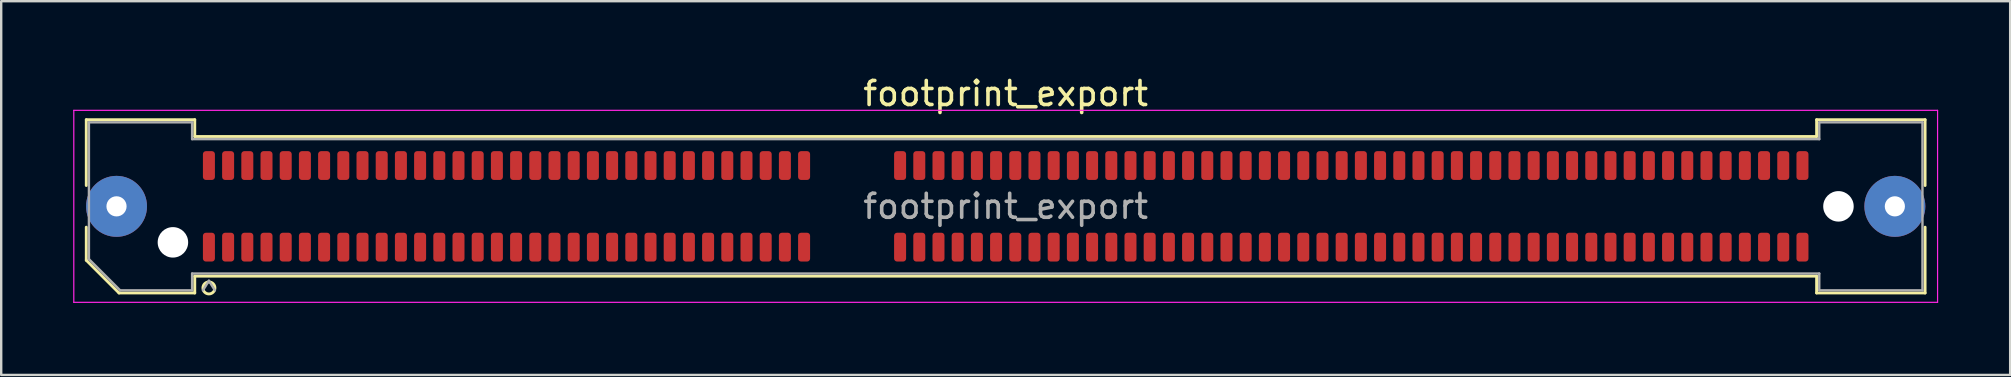
<source format=kicad_pcb>
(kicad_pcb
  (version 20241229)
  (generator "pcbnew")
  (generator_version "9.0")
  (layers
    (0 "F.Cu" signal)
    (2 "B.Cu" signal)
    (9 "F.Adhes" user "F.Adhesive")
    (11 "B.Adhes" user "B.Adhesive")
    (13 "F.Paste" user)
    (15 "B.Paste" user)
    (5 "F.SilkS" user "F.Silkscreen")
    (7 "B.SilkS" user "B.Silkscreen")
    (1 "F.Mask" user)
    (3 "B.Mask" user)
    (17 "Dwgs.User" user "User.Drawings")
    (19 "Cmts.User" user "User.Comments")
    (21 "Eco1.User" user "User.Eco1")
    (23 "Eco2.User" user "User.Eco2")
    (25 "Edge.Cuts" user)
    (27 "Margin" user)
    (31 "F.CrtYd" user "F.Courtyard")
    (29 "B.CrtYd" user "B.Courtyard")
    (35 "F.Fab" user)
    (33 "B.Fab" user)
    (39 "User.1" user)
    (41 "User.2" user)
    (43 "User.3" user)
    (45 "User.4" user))
  (footprint "footprint_export"
    (layer "F.Cu")
    (at 38.855 5.548)
    (property "Reference" "footprint_export" (at 0 -4.7 0) (layer "F.SilkS") (effects (font (size 1 1) (thickness 0.15))))
    (attr smd)
    (fp_line (start -38.31 -3.61) (end -33.79 -3.61) (stroke (width 0.12) (type solid)) (layer "F.SilkS"))
    (fp_line (start -38.31 -0.868) (end -38.31 -3.61) (stroke (width 0.12) (type solid)) (layer "F.SilkS"))
    (fp_line (start -38.31 2.246) (end -38.31 0.868) (stroke (width 0.12) (type solid)) (layer "F.SilkS"))
    (fp_line (start -36.946 3.61) (end -38.31 2.246) (stroke (width 0.12) (type solid)) (layer "F.SilkS"))
    (fp_line (start -33.79 -3.61) (end -33.79 -2.91) (stroke (width 0.12) (type solid)) (layer "F.SilkS"))
    (fp_line (start -33.79 -2.91) (end 33.79 -2.91) (stroke (width 0.12) (type solid)) (layer "F.SilkS"))
    (fp_line (start -33.79 2.91) (end -33.79 3.61) (stroke (width 0.12) (type solid)) (layer "F.SilkS"))
    (fp_line (start -33.79 3.61) (end -36.946 3.61) (stroke (width 0.12) (type solid)) (layer "F.SilkS"))
    (fp_line (start 33.79 -3.61) (end 38.31 -3.61) (stroke (width 0.12) (type solid)) (layer "F.SilkS"))
    (fp_line (start 33.79 -2.91) (end 33.79 -3.61) (stroke (width 0.12) (type solid)) (layer "F.SilkS"))
    (fp_line (start 33.79 2.91) (end -33.79 2.91) (stroke (width 0.12) (type solid)) (layer "F.SilkS"))
    (fp_line (start 33.79 3.61) (end 33.79 2.91) (stroke (width 0.12) (type solid)) (layer "F.SilkS"))
    (fp_line (start 38.31 -3.61) (end 38.31 -0.868) (stroke (width 0.12) (type solid)) (layer "F.SilkS"))
    (fp_line (start 38.31 0.868) (end 38.31 3.61) (stroke (width 0.12) (type solid)) (layer "F.SilkS"))
    (fp_line (start 38.31 3.61) (end 33.79 3.61) (stroke (width 0.12) (type solid)) (layer "F.SilkS"))
    (fp_arc (start -32.95 3.4) (mid -33.45 3.4) (end -32.95 3.4) (stroke (width 0.12) (type solid)) (layer "F.SilkS"))
    (fp_line (start -38.83 -4) (end -38.83 4) (stroke (width 0.05) (type solid)) (layer "F.CrtYd"))
    (fp_line (start -38.83 4) (end 38.83 4) (stroke (width 0.05) (type solid)) (layer "F.CrtYd"))
    (fp_line (start 38.83 -4) (end -38.83 -4) (stroke (width 0.05) (type solid)) (layer "F.CrtYd"))
    (fp_line (start 38.83 4) (end 38.83 -4) (stroke (width 0.05) (type solid)) (layer "F.CrtYd"))
    (fp_line (start -38.2 -3.5) (end -33.9 -3.5) (stroke (width 0.1) (type solid)) (layer "F.Fab"))
    (fp_line (start -38.2 2.2) (end -38.2 -3.5) (stroke (width 0.1) (type solid)) (layer "F.Fab"))
    (fp_line (start -36.9 3.5) (end -38.2 2.2) (stroke (width 0.1) (type solid)) (layer "F.Fab"))
    (fp_line (start -33.9 -3.5) (end -33.9 -2.8) (stroke (width 0.1) (type solid)) (layer "F.Fab"))
    (fp_line (start -33.9 -2.8) (end 33.9 -2.8) (stroke (width 0.1) (type solid)) (layer "F.Fab"))
    (fp_line (start -33.9 2.8) (end -33.9 3.5) (stroke (width 0.1) (type solid)) (layer "F.Fab"))
    (fp_line (start -33.9 3.5) (end -36.9 3.5) (stroke (width 0.1) (type solid)) (layer "F.Fab"))
    (fp_line (start -33.2 3.1) (end -33.45 3.5) (stroke (width 0.1) (type solid)) (layer "F.Fab"))
    (fp_line (start -33.2 3.1) (end -32.95 3.5) (stroke (width 0.1) (type solid)) (layer "F.Fab"))
    (fp_line (start 33.9 -3.5) (end 38.2 -3.5) (stroke (width 0.1) (type solid)) (layer "F.Fab"))
    (fp_line (start 33.9 -2.8) (end 33.9 -3.5) (stroke (width 0.1) (type solid)) (layer "F.Fab"))
    (fp_line (start 33.9 2.8) (end -33.9 2.8) (stroke (width 0.1) (type solid)) (layer "F.Fab"))
    (fp_line (start 33.9 3.5) (end 33.9 2.8) (stroke (width 0.1) (type solid)) (layer "F.Fab"))
    (fp_line (start 38.2 -3.5) (end 38.2 3.5) (stroke (width 0.1) (type solid)) (layer "F.Fab"))
    (fp_line (start 38.2 3.5) (end 33.9 3.5) (stroke (width 0.1) (type solid)) (layer "F.Fab"))
    (fp_text user "${REFERENCE}" (at 0 0 0) (layer "F.Fab") (effects (font (size 1 1) (thickness 0.15))))
    (pad "" thru_hole circle (at -37.05 0) (size 2.54 2.54) (drill 0.84) (layers "*.Cu" "*.Mask" "F.Paste"))
    (pad "" np_thru_hole circle (at -34.7 1.5) (size 1.27 1.27) (drill 1.27) (layers "*.Cu" "*.Mask"))
    (pad "" np_thru_hole circle (at 34.7 0) (size 1.27 1.27) (drill 1.27) (layers "*.Cu" "*.Mask"))
    (pad "" thru_hole circle (at 37.05 0) (size 2.54 2.54) (drill 0.84) (layers "*.Cu" "*.Mask" "F.Paste"))
    (pad "1" smd roundrect (at -33.2 1.7) (size 0.5 1.2) (layers "F.Cu" "F.Mask" "F.Paste") (roundrect_rratio 0.25))
    (pad "2" smd roundrect (at -33.2 -1.7) (size 0.5 1.2) (layers "F.Cu" "F.Mask" "F.Paste") (roundrect_rratio 0.25))
    (pad "3" smd roundrect (at -32.4 1.7) (size 0.5 1.2) (layers "F.Cu" "F.Mask" "F.Paste") (roundrect_rratio 0.25))
    (pad "4" smd roundrect (at -32.4 -1.7) (size 0.5 1.2) (layers "F.Cu" "F.Mask" "F.Paste") (roundrect_rratio 0.25))
    (pad "5" smd roundrect (at -31.6 1.7) (size 0.5 1.2) (layers "F.Cu" "F.Mask" "F.Paste") (roundrect_rratio 0.25))
    (pad "6" smd roundrect (at -31.6 -1.7) (size 0.5 1.2) (layers "F.Cu" "F.Mask" "F.Paste") (roundrect_rratio 0.25))
    (pad "7" smd roundrect (at -30.8 1.7) (size 0.5 1.2) (layers "F.Cu" "F.Mask" "F.Paste") (roundrect_rratio 0.25))
    (pad "8" smd roundrect (at -30.8 -1.7) (size 0.5 1.2) (layers "F.Cu" "F.Mask" "F.Paste") (roundrect_rratio 0.25))
    (pad "9" smd roundrect (at -30 1.7) (size 0.5 1.2) (layers "F.Cu" "F.Mask" "F.Paste") (roundrect_rratio 0.25))
    (pad "10" smd roundrect (at -30 -1.7) (size 0.5 1.2) (layers "F.Cu" "F.Mask" "F.Paste") (roundrect_rratio 0.25))
    (pad "11" smd roundrect (at -29.2 1.7) (size 0.5 1.2) (layers "F.Cu" "F.Mask" "F.Paste") (roundrect_rratio 0.25))
    (pad "12" smd roundrect (at -29.2 -1.7) (size 0.5 1.2) (layers "F.Cu" "F.Mask" "F.Paste") (roundrect_rratio 0.25))
    (pad "13" smd roundrect (at -28.4 1.7) (size 0.5 1.2) (layers "F.Cu" "F.Mask" "F.Paste") (roundrect_rratio 0.25))
    (pad "14" smd roundrect (at -28.4 -1.7) (size 0.5 1.2) (layers "F.Cu" "F.Mask" "F.Paste") (roundrect_rratio 0.25))
    (pad "15" smd roundrect (at -27.6 1.7) (size 0.5 1.2) (layers "F.Cu" "F.Mask" "F.Paste") (roundrect_rratio 0.25))
    (pad "16" smd roundrect (at -27.6 -1.7) (size 0.5 1.2) (layers "F.Cu" "F.Mask" "F.Paste") (roundrect_rratio 0.25))
    (pad "17" smd roundrect (at -26.8 1.7) (size 0.5 1.2) (layers "F.Cu" "F.Mask" "F.Paste") (roundrect_rratio 0.25))
    (pad "18" smd roundrect (at -26.8 -1.7) (size 0.5 1.2) (layers "F.Cu" "F.Mask" "F.Paste") (roundrect_rratio 0.25))
    (pad "19" smd roundrect (at -26 1.7) (size 0.5 1.2) (layers "F.Cu" "F.Mask" "F.Paste") (roundrect_rratio 0.25))
    (pad "20" smd roundrect (at -26 -1.7) (size 0.5 1.2) (layers "F.Cu" "F.Mask" "F.Paste") (roundrect_rratio 0.25))
    (pad "21" smd roundrect (at -25.2 1.7) (size 0.5 1.2) (layers "F.Cu" "F.Mask" "F.Paste") (roundrect_rratio 0.25))
    (pad "22" smd roundrect (at -25.2 -1.7) (size 0.5 1.2) (layers "F.Cu" "F.Mask" "F.Paste") (roundrect_rratio 0.25))
    (pad "23" smd roundrect (at -24.4 1.7) (size 0.5 1.2) (layers "F.Cu" "F.Mask" "F.Paste") (roundrect_rratio 0.25))
    (pad "24" smd roundrect (at -24.4 -1.7) (size 0.5 1.2) (layers "F.Cu" "F.Mask" "F.Paste") (roundrect_rratio 0.25))
    (pad "25" smd roundrect (at -23.6 1.7) (size 0.5 1.2) (layers "F.Cu" "F.Mask" "F.Paste") (roundrect_rratio 0.25))
    (pad "26" smd roundrect (at -23.6 -1.7) (size 0.5 1.2) (layers "F.Cu" "F.Mask" "F.Paste") (roundrect_rratio 0.25))
    (pad "27" smd roundrect (at -22.8 1.7) (size 0.5 1.2) (layers "F.Cu" "F.Mask" "F.Paste") (roundrect_rratio 0.25))
    (pad "28" smd roundrect (at -22.8 -1.7) (size 0.5 1.2) (layers "F.Cu" "F.Mask" "F.Paste") (roundrect_rratio 0.25))
    (pad "29" smd roundrect (at -22 1.7) (size 0.5 1.2) (layers "F.Cu" "F.Mask" "F.Paste") (roundrect_rratio 0.25))
    (pad "30" smd roundrect (at -22 -1.7) (size 0.5 1.2) (layers "F.Cu" "F.Mask" "F.Paste") (roundrect_rratio 0.25))
    (pad "31" smd roundrect (at -21.2 1.7) (size 0.5 1.2) (layers "F.Cu" "F.Mask" "F.Paste") (roundrect_rratio 0.25))
    (pad "32" smd roundrect (at -21.2 -1.7) (size 0.5 1.2) (layers "F.Cu" "F.Mask" "F.Paste") (roundrect_rratio 0.25))
    (pad "33" smd roundrect (at -20.4 1.7) (size 0.5 1.2) (layers "F.Cu" "F.Mask" "F.Paste") (roundrect_rratio 0.25))
    (pad "34" smd roundrect (at -20.4 -1.7) (size 0.5 1.2) (layers "F.Cu" "F.Mask" "F.Paste") (roundrect_rratio 0.25))
    (pad "35" smd roundrect (at -19.6 1.7) (size 0.5 1.2) (layers "F.Cu" "F.Mask" "F.Paste") (roundrect_rratio 0.25))
    (pad "36" smd roundrect (at -19.6 -1.7) (size 0.5 1.2) (layers "F.Cu" "F.Mask" "F.Paste") (roundrect_rratio 0.25))
    (pad "37" smd roundrect (at -18.8 1.7) (size 0.5 1.2) (layers "F.Cu" "F.Mask" "F.Paste") (roundrect_rratio 0.25))
    (pad "38" smd roundrect (at -18.8 -1.7) (size 0.5 1.2) (layers "F.Cu" "F.Mask" "F.Paste") (roundrect_rratio 0.25))
    (pad "39" smd roundrect (at -18 1.7) (size 0.5 1.2) (layers "F.Cu" "F.Mask" "F.Paste") (roundrect_rratio 0.25))
    (pad "40" smd roundrect (at -18 -1.7) (size 0.5 1.2) (layers "F.Cu" "F.Mask" "F.Paste") (roundrect_rratio 0.25))
    (pad "41" smd roundrect (at -17.2 1.7) (size 0.5 1.2) (layers "F.Cu" "F.Mask" "F.Paste") (roundrect_rratio 0.25))
    (pad "42" smd roundrect (at -17.2 -1.7) (size 0.5 1.2) (layers "F.Cu" "F.Mask" "F.Paste") (roundrect_rratio 0.25))
    (pad "43" smd roundrect (at -16.4 1.7) (size 0.5 1.2) (layers "F.Cu" "F.Mask" "F.Paste") (roundrect_rratio 0.25))
    (pad "44" smd roundrect (at -16.4 -1.7) (size 0.5 1.2) (layers "F.Cu" "F.Mask" "F.Paste") (roundrect_rratio 0.25))
    (pad "45" smd roundrect (at -15.6 1.7) (size 0.5 1.2) (layers "F.Cu" "F.Mask" "F.Paste") (roundrect_rratio 0.25))
    (pad "46" smd roundrect (at -15.6 -1.7) (size 0.5 1.2) (layers "F.Cu" "F.Mask" "F.Paste") (roundrect_rratio 0.25))
    (pad "47" smd roundrect (at -14.8 1.7) (size 0.5 1.2) (layers "F.Cu" "F.Mask" "F.Paste") (roundrect_rratio 0.25))
    (pad "48" smd roundrect (at -14.8 -1.7) (size 0.5 1.2) (layers "F.Cu" "F.Mask" "F.Paste") (roundrect_rratio 0.25))
    (pad "49" smd roundrect (at -14 1.7) (size 0.5 1.2) (layers "F.Cu" "F.Mask" "F.Paste") (roundrect_rratio 0.25))
    (pad "50" smd roundrect (at -14 -1.7) (size 0.5 1.2) (layers "F.Cu" "F.Mask" "F.Paste") (roundrect_rratio 0.25))
    (pad "51" smd roundrect (at -13.2 1.7) (size 0.5 1.2) (layers "F.Cu" "F.Mask" "F.Paste") (roundrect_rratio 0.25))
    (pad "52" smd roundrect (at -13.2 -1.7) (size 0.5 1.2) (layers "F.Cu" "F.Mask" "F.Paste") (roundrect_rratio 0.25))
    (pad "53" smd roundrect (at -12.4 1.7) (size 0.5 1.2) (layers "F.Cu" "F.Mask" "F.Paste") (roundrect_rratio 0.25))
    (pad "54" smd roundrect (at -12.4 -1.7) (size 0.5 1.2) (layers "F.Cu" "F.Mask" "F.Paste") (roundrect_rratio 0.25))
    (pad "55" smd roundrect (at -11.6 1.7) (size 0.5 1.2) (layers "F.Cu" "F.Mask" "F.Paste") (roundrect_rratio 0.25))
    (pad "56" smd roundrect (at -11.6 -1.7) (size 0.5 1.2) (layers "F.Cu" "F.Mask" "F.Paste") (roundrect_rratio 0.25))
    (pad "57" smd roundrect (at -10.8 1.7) (size 0.5 1.2) (layers "F.Cu" "F.Mask" "F.Paste") (roundrect_rratio 0.25))
    (pad "58" smd roundrect (at -10.8 -1.7) (size 0.5 1.2) (layers "F.Cu" "F.Mask" "F.Paste") (roundrect_rratio 0.25))
    (pad "59" smd roundrect (at -10 1.7) (size 0.5 1.2) (layers "F.Cu" "F.Mask" "F.Paste") (roundrect_rratio 0.25))
    (pad "60" smd roundrect (at -10 -1.7) (size 0.5 1.2) (layers "F.Cu" "F.Mask" "F.Paste") (roundrect_rratio 0.25))
    (pad "61" smd roundrect (at -9.2 1.7) (size 0.5 1.2) (layers "F.Cu" "F.Mask" "F.Paste") (roundrect_rratio 0.25))
    (pad "62" smd roundrect (at -9.2 -1.7) (size 0.5 1.2) (layers "F.Cu" "F.Mask" "F.Paste") (roundrect_rratio 0.25))
    (pad "63" smd roundrect (at -8.4 1.7) (size 0.5 1.2) (layers "F.Cu" "F.Mask" "F.Paste") (roundrect_rratio 0.25))
    (pad "64" smd roundrect (at -8.4 -1.7) (size 0.5 1.2) (layers "F.Cu" "F.Mask" "F.Paste") (roundrect_rratio 0.25))
    (pad "65" smd roundrect (at -4.4 1.7) (size 0.5 1.2) (layers "F.Cu" "F.Mask" "F.Paste") (roundrect_rratio 0.25))
    (pad "66" smd roundrect (at -4.4 -1.7) (size 0.5 1.2) (layers "F.Cu" "F.Mask" "F.Paste") (roundrect_rratio 0.25))
    (pad "67" smd roundrect (at -3.6 1.7) (size 0.5 1.2) (layers "F.Cu" "F.Mask" "F.Paste") (roundrect_rratio 0.25))
    (pad "68" smd roundrect (at -3.6 -1.7) (size 0.5 1.2) (layers "F.Cu" "F.Mask" "F.Paste") (roundrect_rratio 0.25))
    (pad "69" smd roundrect (at -2.8 1.7) (size 0.5 1.2) (layers "F.Cu" "F.Mask" "F.Paste") (roundrect_rratio 0.25))
    (pad "70" smd roundrect (at -2.8 -1.7) (size 0.5 1.2) (layers "F.Cu" "F.Mask" "F.Paste") (roundrect_rratio 0.25))
    (pad "71" smd roundrect (at -2 1.7) (size 0.5 1.2) (layers "F.Cu" "F.Mask" "F.Paste") (roundrect_rratio 0.25))
    (pad "72" smd roundrect (at -2 -1.7) (size 0.5 1.2) (layers "F.Cu" "F.Mask" "F.Paste") (roundrect_rratio 0.25))
    (pad "73" smd roundrect (at -1.2 1.7) (size 0.5 1.2) (layers "F.Cu" "F.Mask" "F.Paste") (roundrect_rratio 0.25))
    (pad "74" smd roundrect (at -1.2 -1.7) (size 0.5 1.2) (layers "F.Cu" "F.Mask" "F.Paste") (roundrect_rratio 0.25))
    (pad "75" smd roundrect (at -0.4 1.7) (size 0.5 1.2) (layers "F.Cu" "F.Mask" "F.Paste") (roundrect_rratio 0.25))
    (pad "76" smd roundrect (at -0.4 -1.7) (size 0.5 1.2) (layers "F.Cu" "F.Mask" "F.Paste") (roundrect_rratio 0.25))
    (pad "77" smd roundrect (at 0.4 1.7) (size 0.5 1.2) (layers "F.Cu" "F.Mask" "F.Paste") (roundrect_rratio 0.25))
    (pad "78" smd roundrect (at 0.4 -1.7) (size 0.5 1.2) (layers "F.Cu" "F.Mask" "F.Paste") (roundrect_rratio 0.25))
    (pad "79" smd roundrect (at 1.2 1.7) (size 0.5 1.2) (layers "F.Cu" "F.Mask" "F.Paste") (roundrect_rratio 0.25))
    (pad "80" smd roundrect (at 1.2 -1.7) (size 0.5 1.2) (layers "F.Cu" "F.Mask" "F.Paste") (roundrect_rratio 0.25))
    (pad "81" smd roundrect (at 2 1.7) (size 0.5 1.2) (layers "F.Cu" "F.Mask" "F.Paste") (roundrect_rratio 0.25))
    (pad "82" smd roundrect (at 2 -1.7) (size 0.5 1.2) (layers "F.Cu" "F.Mask" "F.Paste") (roundrect_rratio 0.25))
    (pad "83" smd roundrect (at 2.8 1.7) (size 0.5 1.2) (layers "F.Cu" "F.Mask" "F.Paste") (roundrect_rratio 0.25))
    (pad "84" smd roundrect (at 2.8 -1.7) (size 0.5 1.2) (layers "F.Cu" "F.Mask" "F.Paste") (roundrect_rratio 0.25))
    (pad "85" smd roundrect (at 3.6 1.7) (size 0.5 1.2) (layers "F.Cu" "F.Mask" "F.Paste") (roundrect_rratio 0.25))
    (pad "86" smd roundrect (at 3.6 -1.7) (size 0.5 1.2) (layers "F.Cu" "F.Mask" "F.Paste") (roundrect_rratio 0.25))
    (pad "87" smd roundrect (at 4.4 1.7) (size 0.5 1.2) (layers "F.Cu" "F.Mask" "F.Paste") (roundrect_rratio 0.25))
    (pad "88" smd roundrect (at 4.4 -1.7) (size 0.5 1.2) (layers "F.Cu" "F.Mask" "F.Paste") (roundrect_rratio 0.25))
    (pad "89" smd roundrect (at 5.2 1.7) (size 0.5 1.2) (layers "F.Cu" "F.Mask" "F.Paste") (roundrect_rratio 0.25))
    (pad "90" smd roundrect (at 5.2 -1.7) (size 0.5 1.2) (layers "F.Cu" "F.Mask" "F.Paste") (roundrect_rratio 0.25))
    (pad "91" smd roundrect (at 6 1.7) (size 0.5 1.2) (layers "F.Cu" "F.Mask" "F.Paste") (roundrect_rratio 0.25))
    (pad "92" smd roundrect (at 6 -1.7) (size 0.5 1.2) (layers "F.Cu" "F.Mask" "F.Paste") (roundrect_rratio 0.25))
    (pad "93" smd roundrect (at 6.8 1.7) (size 0.5 1.2) (layers "F.Cu" "F.Mask" "F.Paste") (roundrect_rratio 0.25))
    (pad "94" smd roundrect (at 6.8 -1.7) (size 0.5 1.2) (layers "F.Cu" "F.Mask" "F.Paste") (roundrect_rratio 0.25))
    (pad "95" smd roundrect (at 7.6 1.7) (size 0.5 1.2) (layers "F.Cu" "F.Mask" "F.Paste") (roundrect_rratio 0.25))
    (pad "96" smd roundrect (at 7.6 -1.7) (size 0.5 1.2) (layers "F.Cu" "F.Mask" "F.Paste") (roundrect_rratio 0.25))
    (pad "97" smd roundrect (at 8.4 1.7) (size 0.5 1.2) (layers "F.Cu" "F.Mask" "F.Paste") (roundrect_rratio 0.25))
    (pad "98" smd roundrect (at 8.4 -1.7) (size 0.5 1.2) (layers "F.Cu" "F.Mask" "F.Paste") (roundrect_rratio 0.25))
    (pad "99" smd roundrect (at 9.2 1.7) (size 0.5 1.2) (layers "F.Cu" "F.Mask" "F.Paste") (roundrect_rratio 0.25))
    (pad "100" smd roundrect (at 9.2 -1.7) (size 0.5 1.2) (layers "F.Cu" "F.Mask" "F.Paste") (roundrect_rratio 0.25))
    (pad "101" smd roundrect (at 10 1.7) (size 0.5 1.2) (layers "F.Cu" "F.Mask" "F.Paste") (roundrect_rratio 0.25))
    (pad "102" smd roundrect (at 10 -1.7) (size 0.5 1.2) (layers "F.Cu" "F.Mask" "F.Paste") (roundrect_rratio 0.25))
    (pad "103" smd roundrect (at 10.8 1.7) (size 0.5 1.2) (layers "F.Cu" "F.Mask" "F.Paste") (roundrect_rratio 0.25))
    (pad "104" smd roundrect (at 10.8 -1.7) (size 0.5 1.2) (layers "F.Cu" "F.Mask" "F.Paste") (roundrect_rratio 0.25))
    (pad "105" smd roundrect (at 11.6 1.7) (size 0.5 1.2) (layers "F.Cu" "F.Mask" "F.Paste") (roundrect_rratio 0.25))
    (pad "106" smd roundrect (at 11.6 -1.7) (size 0.5 1.2) (layers "F.Cu" "F.Mask" "F.Paste") (roundrect_rratio 0.25))
    (pad "107" smd roundrect (at 12.4 1.7) (size 0.5 1.2) (layers "F.Cu" "F.Mask" "F.Paste") (roundrect_rratio 0.25))
    (pad "108" smd roundrect (at 12.4 -1.7) (size 0.5 1.2) (layers "F.Cu" "F.Mask" "F.Paste") (roundrect_rratio 0.25))
    (pad "109" smd roundrect (at 13.2 1.7) (size 0.5 1.2) (layers "F.Cu" "F.Mask" "F.Paste") (roundrect_rratio 0.25))
    (pad "110" smd roundrect (at 13.2 -1.7) (size 0.5 1.2) (layers "F.Cu" "F.Mask" "F.Paste") (roundrect_rratio 0.25))
    (pad "111" smd roundrect (at 14 1.7) (size 0.5 1.2) (layers "F.Cu" "F.Mask" "F.Paste") (roundrect_rratio 0.25))
    (pad "112" smd roundrect (at 14 -1.7) (size 0.5 1.2) (layers "F.Cu" "F.Mask" "F.Paste") (roundrect_rratio 0.25))
    (pad "113" smd roundrect (at 14.8 1.7) (size 0.5 1.2) (layers "F.Cu" "F.Mask" "F.Paste") (roundrect_rratio 0.25))
    (pad "114" smd roundrect (at 14.8 -1.7) (size 0.5 1.2) (layers "F.Cu" "F.Mask" "F.Paste") (roundrect_rratio 0.25))
    (pad "115" smd roundrect (at 15.6 1.7) (size 0.5 1.2) (layers "F.Cu" "F.Mask" "F.Paste") (roundrect_rratio 0.25))
    (pad "116" smd roundrect (at 15.6 -1.7) (size 0.5 1.2) (layers "F.Cu" "F.Mask" "F.Paste") (roundrect_rratio 0.25))
    (pad "117" smd roundrect (at 16.4 1.7) (size 0.5 1.2) (layers "F.Cu" "F.Mask" "F.Paste") (roundrect_rratio 0.25))
    (pad "118" smd roundrect (at 16.4 -1.7) (size 0.5 1.2) (layers "F.Cu" "F.Mask" "F.Paste") (roundrect_rratio 0.25))
    (pad "119" smd roundrect (at 17.2 1.7) (size 0.5 1.2) (layers "F.Cu" "F.Mask" "F.Paste") (roundrect_rratio 0.25))
    (pad "120" smd roundrect (at 17.2 -1.7) (size 0.5 1.2) (layers "F.Cu" "F.Mask" "F.Paste") (roundrect_rratio 0.25))
    (pad "121" smd roundrect (at 18 1.7) (size 0.5 1.2) (layers "F.Cu" "F.Mask" "F.Paste") (roundrect_rratio 0.25))
    (pad "122" smd roundrect (at 18 -1.7) (size 0.5 1.2) (layers "F.Cu" "F.Mask" "F.Paste") (roundrect_rratio 0.25))
    (pad "123" smd roundrect (at 18.8 1.7) (size 0.5 1.2) (layers "F.Cu" "F.Mask" "F.Paste") (roundrect_rratio 0.25))
    (pad "124" smd roundrect (at 18.8 -1.7) (size 0.5 1.2) (layers "F.Cu" "F.Mask" "F.Paste") (roundrect_rratio 0.25))
    (pad "125" smd roundrect (at 19.6 1.7) (size 0.5 1.2) (layers "F.Cu" "F.Mask" "F.Paste") (roundrect_rratio 0.25))
    (pad "126" smd roundrect (at 19.6 -1.7) (size 0.5 1.2) (layers "F.Cu" "F.Mask" "F.Paste") (roundrect_rratio 0.25))
    (pad "127" smd roundrect (at 20.4 1.7) (size 0.5 1.2) (layers "F.Cu" "F.Mask" "F.Paste") (roundrect_rratio 0.25))
    (pad "128" smd roundrect (at 20.4 -1.7) (size 0.5 1.2) (layers "F.Cu" "F.Mask" "F.Paste") (roundrect_rratio 0.25))
    (pad "129" smd roundrect (at 21.2 1.7) (size 0.5 1.2) (layers "F.Cu" "F.Mask" "F.Paste") (roundrect_rratio 0.25))
    (pad "130" smd roundrect (at 21.2 -1.7) (size 0.5 1.2) (layers "F.Cu" "F.Mask" "F.Paste") (roundrect_rratio 0.25))
    (pad "131" smd roundrect (at 22 1.7) (size 0.5 1.2) (layers "F.Cu" "F.Mask" "F.Paste") (roundrect_rratio 0.25))
    (pad "132" smd roundrect (at 22 -1.7) (size 0.5 1.2) (layers "F.Cu" "F.Mask" "F.Paste") (roundrect_rratio 0.25))
    (pad "133" smd roundrect (at 22.8 1.7) (size 0.5 1.2) (layers "F.Cu" "F.Mask" "F.Paste") (roundrect_rratio 0.25))
    (pad "134" smd roundrect (at 22.8 -1.7) (size 0.5 1.2) (layers "F.Cu" "F.Mask" "F.Paste") (roundrect_rratio 0.25))
    (pad "135" smd roundrect (at 23.6 1.7) (size 0.5 1.2) (layers "F.Cu" "F.Mask" "F.Paste") (roundrect_rratio 0.25))
    (pad "136" smd roundrect (at 23.6 -1.7) (size 0.5 1.2) (layers "F.Cu" "F.Mask" "F.Paste") (roundrect_rratio 0.25))
    (pad "137" smd roundrect (at 24.4 1.7) (size 0.5 1.2) (layers "F.Cu" "F.Mask" "F.Paste") (roundrect_rratio 0.25))
    (pad "138" smd roundrect (at 24.4 -1.7) (size 0.5 1.2) (layers "F.Cu" "F.Mask" "F.Paste") (roundrect_rratio 0.25))
    (pad "139" smd roundrect (at 25.2 1.7) (size 0.5 1.2) (layers "F.Cu" "F.Mask" "F.Paste") (roundrect_rratio 0.25))
    (pad "140" smd roundrect (at 25.2 -1.7) (size 0.5 1.2) (layers "F.Cu" "F.Mask" "F.Paste") (roundrect_rratio 0.25))
    (pad "141" smd roundrect (at 26 1.7) (size 0.5 1.2) (layers "F.Cu" "F.Mask" "F.Paste") (roundrect_rratio 0.25))
    (pad "142" smd roundrect (at 26 -1.7) (size 0.5 1.2) (layers "F.Cu" "F.Mask" "F.Paste") (roundrect_rratio 0.25))
    (pad "143" smd roundrect (at 26.8 1.7) (size 0.5 1.2) (layers "F.Cu" "F.Mask" "F.Paste") (roundrect_rratio 0.25))
    (pad "144" smd roundrect (at 26.8 -1.7) (size 0.5 1.2) (layers "F.Cu" "F.Mask" "F.Paste") (roundrect_rratio 0.25))
    (pad "145" smd roundrect (at 27.6 1.7) (size 0.5 1.2) (layers "F.Cu" "F.Mask" "F.Paste") (roundrect_rratio 0.25))
    (pad "146" smd roundrect (at 27.6 -1.7) (size 0.5 1.2) (layers "F.Cu" "F.Mask" "F.Paste") (roundrect_rratio 0.25))
    (pad "147" smd roundrect (at 28.4 1.7) (size 0.5 1.2) (layers "F.Cu" "F.Mask" "F.Paste") (roundrect_rratio 0.25))
    (pad "148" smd roundrect (at 28.4 -1.7) (size 0.5 1.2) (layers "F.Cu" "F.Mask" "F.Paste") (roundrect_rratio 0.25))
    (pad "149" smd roundrect (at 29.2 1.7) (size 0.5 1.2) (layers "F.Cu" "F.Mask" "F.Paste") (roundrect_rratio 0.25))
    (pad "150" smd roundrect (at 29.2 -1.7) (size 0.5 1.2) (layers "F.Cu" "F.Mask" "F.Paste") (roundrect_rratio 0.25))
    (pad "151" smd roundrect (at 30 1.7) (size 0.5 1.2) (layers "F.Cu" "F.Mask" "F.Paste") (roundrect_rratio 0.25))
    (pad "152" smd roundrect (at 30 -1.7) (size 0.5 1.2) (layers "F.Cu" "F.Mask" "F.Paste") (roundrect_rratio 0.25))
    (pad "153" smd roundrect (at 30.8 1.7) (size 0.5 1.2) (layers "F.Cu" "F.Mask" "F.Paste") (roundrect_rratio 0.25))
    (pad "154" smd roundrect (at 30.8 -1.7) (size 0.5 1.2) (layers "F.Cu" "F.Mask" "F.Paste") (roundrect_rratio 0.25))
    (pad "155" smd roundrect (at 31.6 1.7) (size 0.5 1.2) (layers "F.Cu" "F.Mask" "F.Paste") (roundrect_rratio 0.25))
    (pad "156" smd roundrect (at 31.6 -1.7) (size 0.5 1.2) (layers "F.Cu" "F.Mask" "F.Paste") (roundrect_rratio 0.25))
    (pad "157" smd roundrect (at 32.4 1.7) (size 0.5 1.2) (layers "F.Cu" "F.Mask" "F.Paste") (roundrect_rratio 0.25))
    (pad "158" smd roundrect (at 32.4 -1.7) (size 0.5 1.2) (layers "F.Cu" "F.Mask" "F.Paste") (roundrect_rratio 0.25))
    (pad "159" smd roundrect (at 33.2 1.7) (size 0.5 1.2) (layers "F.Cu" "F.Mask" "F.Paste") (roundrect_rratio 0.25))
    (pad "160" smd roundrect (at 33.2 -1.7) (size 0.5 1.2) (layers "F.Cu" "F.Mask" "F.Paste") (roundrect_rratio 0.25)))
  (gr_rect
    (start -3 -3)
    (end 80.71 12.573)
    (stroke (width 0.1) (type default))
    (fill no)
    (layer "Edge.Cuts")))
</source>
